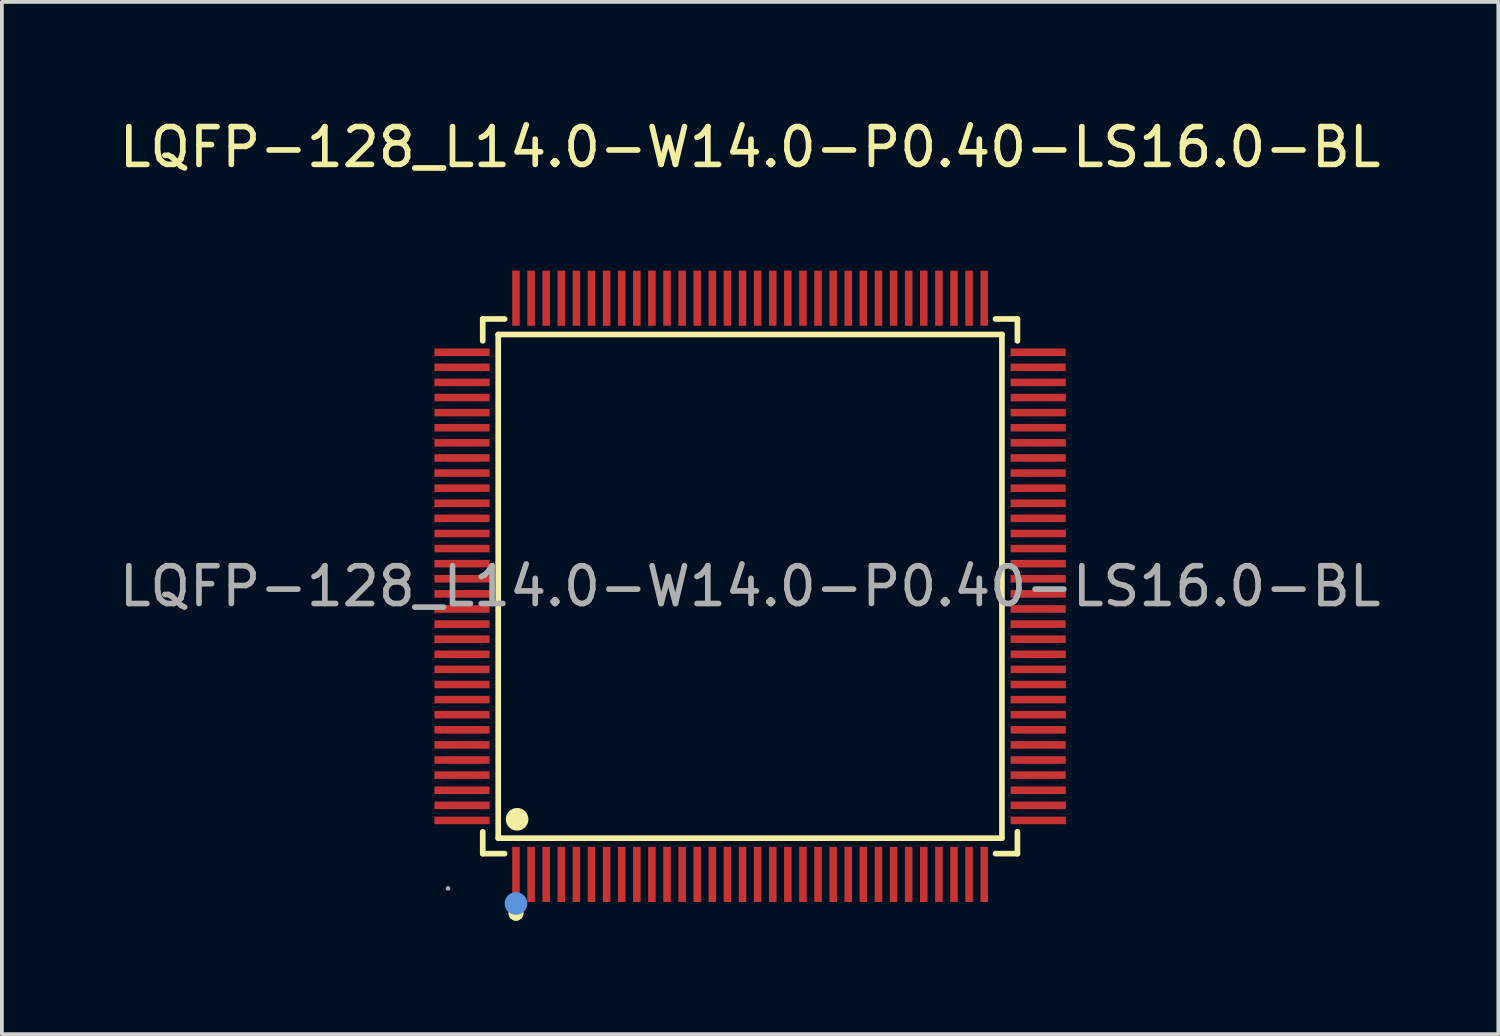
<source format=kicad_pcb>
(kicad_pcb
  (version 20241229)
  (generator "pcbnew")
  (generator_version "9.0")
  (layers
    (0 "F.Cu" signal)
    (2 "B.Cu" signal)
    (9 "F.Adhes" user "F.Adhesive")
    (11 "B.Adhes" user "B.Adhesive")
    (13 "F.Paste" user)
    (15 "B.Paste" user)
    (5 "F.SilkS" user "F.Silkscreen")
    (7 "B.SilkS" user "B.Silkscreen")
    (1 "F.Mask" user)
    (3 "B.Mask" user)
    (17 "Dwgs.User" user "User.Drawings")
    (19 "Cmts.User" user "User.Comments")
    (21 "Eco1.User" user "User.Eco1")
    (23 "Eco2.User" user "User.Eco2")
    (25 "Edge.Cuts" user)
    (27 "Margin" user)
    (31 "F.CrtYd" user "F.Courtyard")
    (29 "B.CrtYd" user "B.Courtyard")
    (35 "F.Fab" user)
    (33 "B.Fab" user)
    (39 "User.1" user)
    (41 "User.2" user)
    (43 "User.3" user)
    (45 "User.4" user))
  (footprint "LQFP-128_L14.0-W14.0-P0.40-LS16.0-BL"
    (layer "F.Cu")
    (at 16.815 12.478)
    (property "Reference" "LQFP-128_L14.0-W14.0-P0.40-LS16.0-BL" (at 0 -11.63 0) (layer "F.SilkS") (effects (font (size 1 1) (thickness 0.15))))
    (attr smd)
    (fp_line (start -7.08 -7.08) (end -6.5 -7.08) (stroke (width 0.15) (type solid)) (layer "F.SilkS"))
    (fp_line (start -7.08 -6.5) (end -7.08 -7.08) (stroke (width 0.15) (type solid)) (layer "F.SilkS"))
    (fp_line (start -7.08 6.5) (end -7.08 7.08) (stroke (width 0.15) (type solid)) (layer "F.SilkS"))
    (fp_line (start -7.08 7.08) (end -6.5 7.08) (stroke (width 0.15) (type solid)) (layer "F.SilkS"))
    (fp_line (start -6.67 -6.67) (end 6.67 -6.67) (stroke (width 0.15) (type solid)) (layer "F.SilkS"))
    (fp_line (start -6.67 6.67) (end -6.67 -6.67) (stroke (width 0.15) (type solid)) (layer "F.SilkS"))
    (fp_line (start 6.67 -6.67) (end 6.67 6.67) (stroke (width 0.15) (type solid)) (layer "F.SilkS"))
    (fp_line (start 6.67 6.67) (end -6.67 6.67) (stroke (width 0.15) (type solid)) (layer "F.SilkS"))
    (fp_line (start 7.08 -7.08) (end 6.5 -7.08) (stroke (width 0.15) (type solid)) (layer "F.SilkS"))
    (fp_line (start 7.08 -6.5) (end 7.08 -7.08) (stroke (width 0.15) (type solid)) (layer "F.SilkS"))
    (fp_line (start 7.08 6.5) (end 7.08 7.08) (stroke (width 0.15) (type solid)) (layer "F.SilkS"))
    (fp_line (start 7.08 7.08) (end 6.5 7.08) (stroke (width 0.15) (type solid)) (layer "F.SilkS"))
    (fp_circle (center -6.2 8.66) (end -6.1 8.66) (stroke (width 0.2) (type solid)) (fill no) (layer "F.SilkS"))
    (fp_circle (center -6.17 6.17) (end -6.02 6.17) (stroke (width 0.3) (type solid)) (fill no) (layer "F.SilkS"))
    (fp_circle (center -6.2 8.4) (end -6.05 8.4) (stroke (width 0.3) (type solid)) (fill no) (layer "Cmts.User"))
    (fp_circle (center -8 8) (end -7.97 8) (stroke (width 0.06) (type solid)) (fill no) (layer "F.Fab"))
    (fp_text user "${REFERENCE}" (at 0 0 0) (layer "F.Fab") (effects (font (size 1 1) (thickness 0.15))))
    (pad "1" smd rect (at -6.2 7.63) (size 0.2 1.46) (layers "F.Cu" "F.Mask" "F.Paste"))
    (pad "2" smd rect (at -5.8 7.63) (size 0.2 1.46) (layers "F.Cu" "F.Mask" "F.Paste"))
    (pad "3" smd rect (at -5.4 7.63) (size 0.2 1.46) (layers "F.Cu" "F.Mask" "F.Paste"))
    (pad "4" smd rect (at -5 7.63) (size 0.2 1.46) (layers "F.Cu" "F.Mask" "F.Paste"))
    (pad "5" smd rect (at -4.6 7.63) (size 0.2 1.46) (layers "F.Cu" "F.Mask" "F.Paste"))
    (pad "6" smd rect (at -4.2 7.63) (size 0.2 1.46) (layers "F.Cu" "F.Mask" "F.Paste"))
    (pad "7" smd rect (at -3.8 7.63) (size 0.2 1.46) (layers "F.Cu" "F.Mask" "F.Paste"))
    (pad "8" smd rect (at -3.4 7.63) (size 0.2 1.46) (layers "F.Cu" "F.Mask" "F.Paste"))
    (pad "9" smd rect (at -3 7.63) (size 0.2 1.46) (layers "F.Cu" "F.Mask" "F.Paste"))
    (pad "10" smd rect (at -2.6 7.63) (size 0.2 1.46) (layers "F.Cu" "F.Mask" "F.Paste"))
    (pad "11" smd rect (at -2.2 7.63) (size 0.2 1.46) (layers "F.Cu" "F.Mask" "F.Paste"))
    (pad "12" smd rect (at -1.8 7.63) (size 0.2 1.46) (layers "F.Cu" "F.Mask" "F.Paste"))
    (pad "13" smd rect (at -1.4 7.63) (size 0.2 1.46) (layers "F.Cu" "F.Mask" "F.Paste"))
    (pad "14" smd rect (at -1 7.63) (size 0.2 1.46) (layers "F.Cu" "F.Mask" "F.Paste"))
    (pad "15" smd rect (at -0.6 7.63) (size 0.2 1.46) (layers "F.Cu" "F.Mask" "F.Paste"))
    (pad "16" smd rect (at -0.2 7.63) (size 0.2 1.46) (layers "F.Cu" "F.Mask" "F.Paste"))
    (pad "17" smd rect (at 0.2 7.63) (size 0.2 1.46) (layers "F.Cu" "F.Mask" "F.Paste"))
    (pad "18" smd rect (at 0.6 7.63) (size 0.2 1.46) (layers "F.Cu" "F.Mask" "F.Paste"))
    (pad "19" smd rect (at 1 7.63) (size 0.2 1.46) (layers "F.Cu" "F.Mask" "F.Paste"))
    (pad "20" smd rect (at 1.4 7.63) (size 0.2 1.46) (layers "F.Cu" "F.Mask" "F.Paste"))
    (pad "21" smd rect (at 1.8 7.63) (size 0.2 1.46) (layers "F.Cu" "F.Mask" "F.Paste"))
    (pad "22" smd rect (at 2.2 7.63) (size 0.2 1.46) (layers "F.Cu" "F.Mask" "F.Paste"))
    (pad "23" smd rect (at 2.6 7.63) (size 0.2 1.46) (layers "F.Cu" "F.Mask" "F.Paste"))
    (pad "24" smd rect (at 3 7.63) (size 0.2 1.46) (layers "F.Cu" "F.Mask" "F.Paste"))
    (pad "25" smd rect (at 3.4 7.63) (size 0.2 1.46) (layers "F.Cu" "F.Mask" "F.Paste"))
    (pad "26" smd rect (at 3.8 7.63) (size 0.2 1.46) (layers "F.Cu" "F.Mask" "F.Paste"))
    (pad "27" smd rect (at 4.2 7.63) (size 0.2 1.46) (layers "F.Cu" "F.Mask" "F.Paste"))
    (pad "28" smd rect (at 4.6 7.63) (size 0.2 1.46) (layers "F.Cu" "F.Mask" "F.Paste"))
    (pad "29" smd rect (at 5 7.63) (size 0.2 1.46) (layers "F.Cu" "F.Mask" "F.Paste"))
    (pad "30" smd rect (at 5.4 7.63) (size 0.2 1.46) (layers "F.Cu" "F.Mask" "F.Paste"))
    (pad "31" smd rect (at 5.8 7.63) (size 0.2 1.46) (layers "F.Cu" "F.Mask" "F.Paste"))
    (pad "32" smd rect (at 6.2 7.63) (size 0.2 1.46) (layers "F.Cu" "F.Mask" "F.Paste"))
    (pad "33" smd rect (at 7.63 6.2) (size 1.46 0.2) (layers "F.Cu" "F.Mask" "F.Paste"))
    (pad "34" smd rect (at 7.63 5.8) (size 1.46 0.2) (layers "F.Cu" "F.Mask" "F.Paste"))
    (pad "35" smd rect (at 7.63 5.4) (size 1.46 0.2) (layers "F.Cu" "F.Mask" "F.Paste"))
    (pad "36" smd rect (at 7.63 5) (size 1.46 0.2) (layers "F.Cu" "F.Mask" "F.Paste"))
    (pad "37" smd rect (at 7.63 4.6) (size 1.46 0.2) (layers "F.Cu" "F.Mask" "F.Paste"))
    (pad "38" smd rect (at 7.63 4.2) (size 1.46 0.2) (layers "F.Cu" "F.Mask" "F.Paste"))
    (pad "39" smd rect (at 7.63 3.8) (size 1.46 0.2) (layers "F.Cu" "F.Mask" "F.Paste"))
    (pad "40" smd rect (at 7.63 3.4) (size 1.46 0.2) (layers "F.Cu" "F.Mask" "F.Paste"))
    (pad "41" smd rect (at 7.63 3) (size 1.46 0.2) (layers "F.Cu" "F.Mask" "F.Paste"))
    (pad "42" smd rect (at 7.63 2.6) (size 1.46 0.2) (layers "F.Cu" "F.Mask" "F.Paste"))
    (pad "43" smd rect (at 7.63 2.2) (size 1.46 0.2) (layers "F.Cu" "F.Mask" "F.Paste"))
    (pad "44" smd rect (at 7.63 1.8) (size 1.46 0.2) (layers "F.Cu" "F.Mask" "F.Paste"))
    (pad "45" smd rect (at 7.63 1.4) (size 1.46 0.2) (layers "F.Cu" "F.Mask" "F.Paste"))
    (pad "46" smd rect (at 7.63 1) (size 1.46 0.2) (layers "F.Cu" "F.Mask" "F.Paste"))
    (pad "47" smd rect (at 7.63 0.6) (size 1.46 0.2) (layers "F.Cu" "F.Mask" "F.Paste"))
    (pad "48" smd rect (at 7.63 0.2) (size 1.46 0.2) (layers "F.Cu" "F.Mask" "F.Paste"))
    (pad "49" smd rect (at 7.63 -0.2) (size 1.46 0.2) (layers "F.Cu" "F.Mask" "F.Paste"))
    (pad "50" smd rect (at 7.63 -0.6) (size 1.46 0.2) (layers "F.Cu" "F.Mask" "F.Paste"))
    (pad "51" smd rect (at 7.63 -1) (size 1.46 0.2) (layers "F.Cu" "F.Mask" "F.Paste"))
    (pad "52" smd rect (at 7.63 -1.4) (size 1.46 0.2) (layers "F.Cu" "F.Mask" "F.Paste"))
    (pad "53" smd rect (at 7.63 -1.8) (size 1.46 0.2) (layers "F.Cu" "F.Mask" "F.Paste"))
    (pad "54" smd rect (at 7.63 -2.2) (size 1.46 0.2) (layers "F.Cu" "F.Mask" "F.Paste"))
    (pad "55" smd rect (at 7.63 -2.6) (size 1.46 0.2) (layers "F.Cu" "F.Mask" "F.Paste"))
    (pad "56" smd rect (at 7.63 -3) (size 1.46 0.2) (layers "F.Cu" "F.Mask" "F.Paste"))
    (pad "57" smd rect (at 7.63 -3.4) (size 1.46 0.2) (layers "F.Cu" "F.Mask" "F.Paste"))
    (pad "58" smd rect (at 7.63 -3.8) (size 1.46 0.2) (layers "F.Cu" "F.Mask" "F.Paste"))
    (pad "59" smd rect (at 7.63 -4.2) (size 1.46 0.2) (layers "F.Cu" "F.Mask" "F.Paste"))
    (pad "60" smd rect (at 7.63 -4.6) (size 1.46 0.2) (layers "F.Cu" "F.Mask" "F.Paste"))
    (pad "61" smd rect (at 7.63 -5) (size 1.46 0.2) (layers "F.Cu" "F.Mask" "F.Paste"))
    (pad "62" smd rect (at 7.63 -5.4) (size 1.46 0.2) (layers "F.Cu" "F.Mask" "F.Paste"))
    (pad "63" smd rect (at 7.63 -5.8) (size 1.46 0.2) (layers "F.Cu" "F.Mask" "F.Paste"))
    (pad "64" smd rect (at 7.63 -6.2) (size 1.46 0.2) (layers "F.Cu" "F.Mask" "F.Paste"))
    (pad "65" smd rect (at 6.2 -7.63) (size 0.2 1.46) (layers "F.Cu" "F.Mask" "F.Paste"))
    (pad "66" smd rect (at 5.8 -7.63) (size 0.2 1.46) (layers "F.Cu" "F.Mask" "F.Paste"))
    (pad "67" smd rect (at 5.4 -7.63) (size 0.2 1.46) (layers "F.Cu" "F.Mask" "F.Paste"))
    (pad "68" smd rect (at 5 -7.63) (size 0.2 1.46) (layers "F.Cu" "F.Mask" "F.Paste"))
    (pad "69" smd rect (at 4.6 -7.63) (size 0.2 1.46) (layers "F.Cu" "F.Mask" "F.Paste"))
    (pad "70" smd rect (at 4.2 -7.63) (size 0.2 1.46) (layers "F.Cu" "F.Mask" "F.Paste"))
    (pad "71" smd rect (at 3.8 -7.63) (size 0.2 1.46) (layers "F.Cu" "F.Mask" "F.Paste"))
    (pad "72" smd rect (at 3.4 -7.63) (size 0.2 1.46) (layers "F.Cu" "F.Mask" "F.Paste"))
    (pad "73" smd rect (at 3 -7.63) (size 0.2 1.46) (layers "F.Cu" "F.Mask" "F.Paste"))
    (pad "74" smd rect (at 2.6 -7.63) (size 0.2 1.46) (layers "F.Cu" "F.Mask" "F.Paste"))
    (pad "75" smd rect (at 2.2 -7.63) (size 0.2 1.46) (layers "F.Cu" "F.Mask" "F.Paste"))
    (pad "76" smd rect (at 1.8 -7.63) (size 0.2 1.46) (layers "F.Cu" "F.Mask" "F.Paste"))
    (pad "77" smd rect (at 1.4 -7.63) (size 0.2 1.46) (layers "F.Cu" "F.Mask" "F.Paste"))
    (pad "78" smd rect (at 1 -7.63) (size 0.2 1.46) (layers "F.Cu" "F.Mask" "F.Paste"))
    (pad "79" smd rect (at 0.6 -7.63) (size 0.2 1.46) (layers "F.Cu" "F.Mask" "F.Paste"))
    (pad "80" smd rect (at 0.2 -7.63) (size 0.2 1.46) (layers "F.Cu" "F.Mask" "F.Paste"))
    (pad "81" smd rect (at -0.2 -7.63) (size 0.2 1.46) (layers "F.Cu" "F.Mask" "F.Paste"))
    (pad "82" smd rect (at -0.6 -7.63) (size 0.2 1.46) (layers "F.Cu" "F.Mask" "F.Paste"))
    (pad "83" smd rect (at -1 -7.63) (size 0.2 1.46) (layers "F.Cu" "F.Mask" "F.Paste"))
    (pad "84" smd rect (at -1.4 -7.63) (size 0.2 1.46) (layers "F.Cu" "F.Mask" "F.Paste"))
    (pad "85" smd rect (at -1.8 -7.63) (size 0.2 1.46) (layers "F.Cu" "F.Mask" "F.Paste"))
    (pad "86" smd rect (at -2.2 -7.63) (size 0.2 1.46) (layers "F.Cu" "F.Mask" "F.Paste"))
    (pad "87" smd rect (at -2.6 -7.63) (size 0.2 1.46) (layers "F.Cu" "F.Mask" "F.Paste"))
    (pad "88" smd rect (at -3 -7.63) (size 0.2 1.46) (layers "F.Cu" "F.Mask" "F.Paste"))
    (pad "89" smd rect (at -3.4 -7.63) (size 0.2 1.46) (layers "F.Cu" "F.Mask" "F.Paste"))
    (pad "90" smd rect (at -3.8 -7.63) (size 0.2 1.46) (layers "F.Cu" "F.Mask" "F.Paste"))
    (pad "91" smd rect (at -4.2 -7.63) (size 0.2 1.46) (layers "F.Cu" "F.Mask" "F.Paste"))
    (pad "92" smd rect (at -4.6 -7.63) (size 0.2 1.46) (layers "F.Cu" "F.Mask" "F.Paste"))
    (pad "93" smd rect (at -5 -7.63) (size 0.2 1.46) (layers "F.Cu" "F.Mask" "F.Paste"))
    (pad "94" smd rect (at -5.4 -7.63) (size 0.2 1.46) (layers "F.Cu" "F.Mask" "F.Paste"))
    (pad "95" smd rect (at -5.8 -7.63) (size 0.2 1.46) (layers "F.Cu" "F.Mask" "F.Paste"))
    (pad "96" smd rect (at -6.2 -7.63) (size 0.2 1.46) (layers "F.Cu" "F.Mask" "F.Paste"))
    (pad "97" smd rect (at -7.63 -6.2) (size 1.46 0.2) (layers "F.Cu" "F.Mask" "F.Paste"))
    (pad "98" smd rect (at -7.63 -5.8) (size 1.46 0.2) (layers "F.Cu" "F.Mask" "F.Paste"))
    (pad "99" smd rect (at -7.63 -5.4) (size 1.46 0.2) (layers "F.Cu" "F.Mask" "F.Paste"))
    (pad "100" smd rect (at -7.63 -5) (size 1.46 0.2) (layers "F.Cu" "F.Mask" "F.Paste"))
    (pad "101" smd rect (at -7.63 -4.6) (size 1.46 0.2) (layers "F.Cu" "F.Mask" "F.Paste"))
    (pad "102" smd rect (at -7.63 -4.2) (size 1.46 0.2) (layers "F.Cu" "F.Mask" "F.Paste"))
    (pad "103" smd rect (at -7.63 -3.8) (size 1.46 0.2) (layers "F.Cu" "F.Mask" "F.Paste"))
    (pad "104" smd rect (at -7.63 -3.4) (size 1.46 0.2) (layers "F.Cu" "F.Mask" "F.Paste"))
    (pad "105" smd rect (at -7.63 -3) (size 1.46 0.2) (layers "F.Cu" "F.Mask" "F.Paste"))
    (pad "106" smd rect (at -7.63 -2.6) (size 1.46 0.2) (layers "F.Cu" "F.Mask" "F.Paste"))
    (pad "107" smd rect (at -7.63 -2.2) (size 1.46 0.2) (layers "F.Cu" "F.Mask" "F.Paste"))
    (pad "108" smd rect (at -7.63 -1.8) (size 1.46 0.2) (layers "F.Cu" "F.Mask" "F.Paste"))
    (pad "109" smd rect (at -7.63 -1.4) (size 1.46 0.2) (layers "F.Cu" "F.Mask" "F.Paste"))
    (pad "110" smd rect (at -7.63 -1) (size 1.46 0.2) (layers "F.Cu" "F.Mask" "F.Paste"))
    (pad "111" smd rect (at -7.63 -0.6) (size 1.46 0.2) (layers "F.Cu" "F.Mask" "F.Paste"))
    (pad "112" smd rect (at -7.63 -0.2) (size 1.46 0.2) (layers "F.Cu" "F.Mask" "F.Paste"))
    (pad "113" smd rect (at -7.63 0.2) (size 1.46 0.2) (layers "F.Cu" "F.Mask" "F.Paste"))
    (pad "114" smd rect (at -7.63 0.6) (size 1.46 0.2) (layers "F.Cu" "F.Mask" "F.Paste"))
    (pad "115" smd rect (at -7.63 1) (size 1.46 0.2) (layers "F.Cu" "F.Mask" "F.Paste"))
    (pad "116" smd rect (at -7.63 1.4) (size 1.46 0.2) (layers "F.Cu" "F.Mask" "F.Paste"))
    (pad "117" smd rect (at -7.63 1.8) (size 1.46 0.2) (layers "F.Cu" "F.Mask" "F.Paste"))
    (pad "118" smd rect (at -7.63 2.2) (size 1.46 0.2) (layers "F.Cu" "F.Mask" "F.Paste"))
    (pad "119" smd rect (at -7.63 2.6) (size 1.46 0.2) (layers "F.Cu" "F.Mask" "F.Paste"))
    (pad "120" smd rect (at -7.63 3) (size 1.46 0.2) (layers "F.Cu" "F.Mask" "F.Paste"))
    (pad "121" smd rect (at -7.63 3.4) (size 1.46 0.2) (layers "F.Cu" "F.Mask" "F.Paste"))
    (pad "122" smd rect (at -7.63 3.8) (size 1.46 0.2) (layers "F.Cu" "F.Mask" "F.Paste"))
    (pad "123" smd rect (at -7.63 4.2) (size 1.46 0.2) (layers "F.Cu" "F.Mask" "F.Paste"))
    (pad "124" smd rect (at -7.63 4.6) (size 1.46 0.2) (layers "F.Cu" "F.Mask" "F.Paste"))
    (pad "125" smd rect (at -7.63 5) (size 1.46 0.2) (layers "F.Cu" "F.Mask" "F.Paste"))
    (pad "126" smd rect (at -7.63 5.4) (size 1.46 0.2) (layers "F.Cu" "F.Mask" "F.Paste"))
    (pad "127" smd rect (at -7.63 5.8) (size 1.46 0.2) (layers "F.Cu" "F.Mask" "F.Paste"))
    (pad "128" smd rect (at -7.63 6.2) (size 1.46 0.2) (layers "F.Cu" "F.Mask" "F.Paste")))
  (gr_rect
    (start -3 -3)
    (end 36.631 24.338)
    (stroke (width 0.1) (type default))
    (fill no)
    (layer "Edge.Cuts")))
</source>
